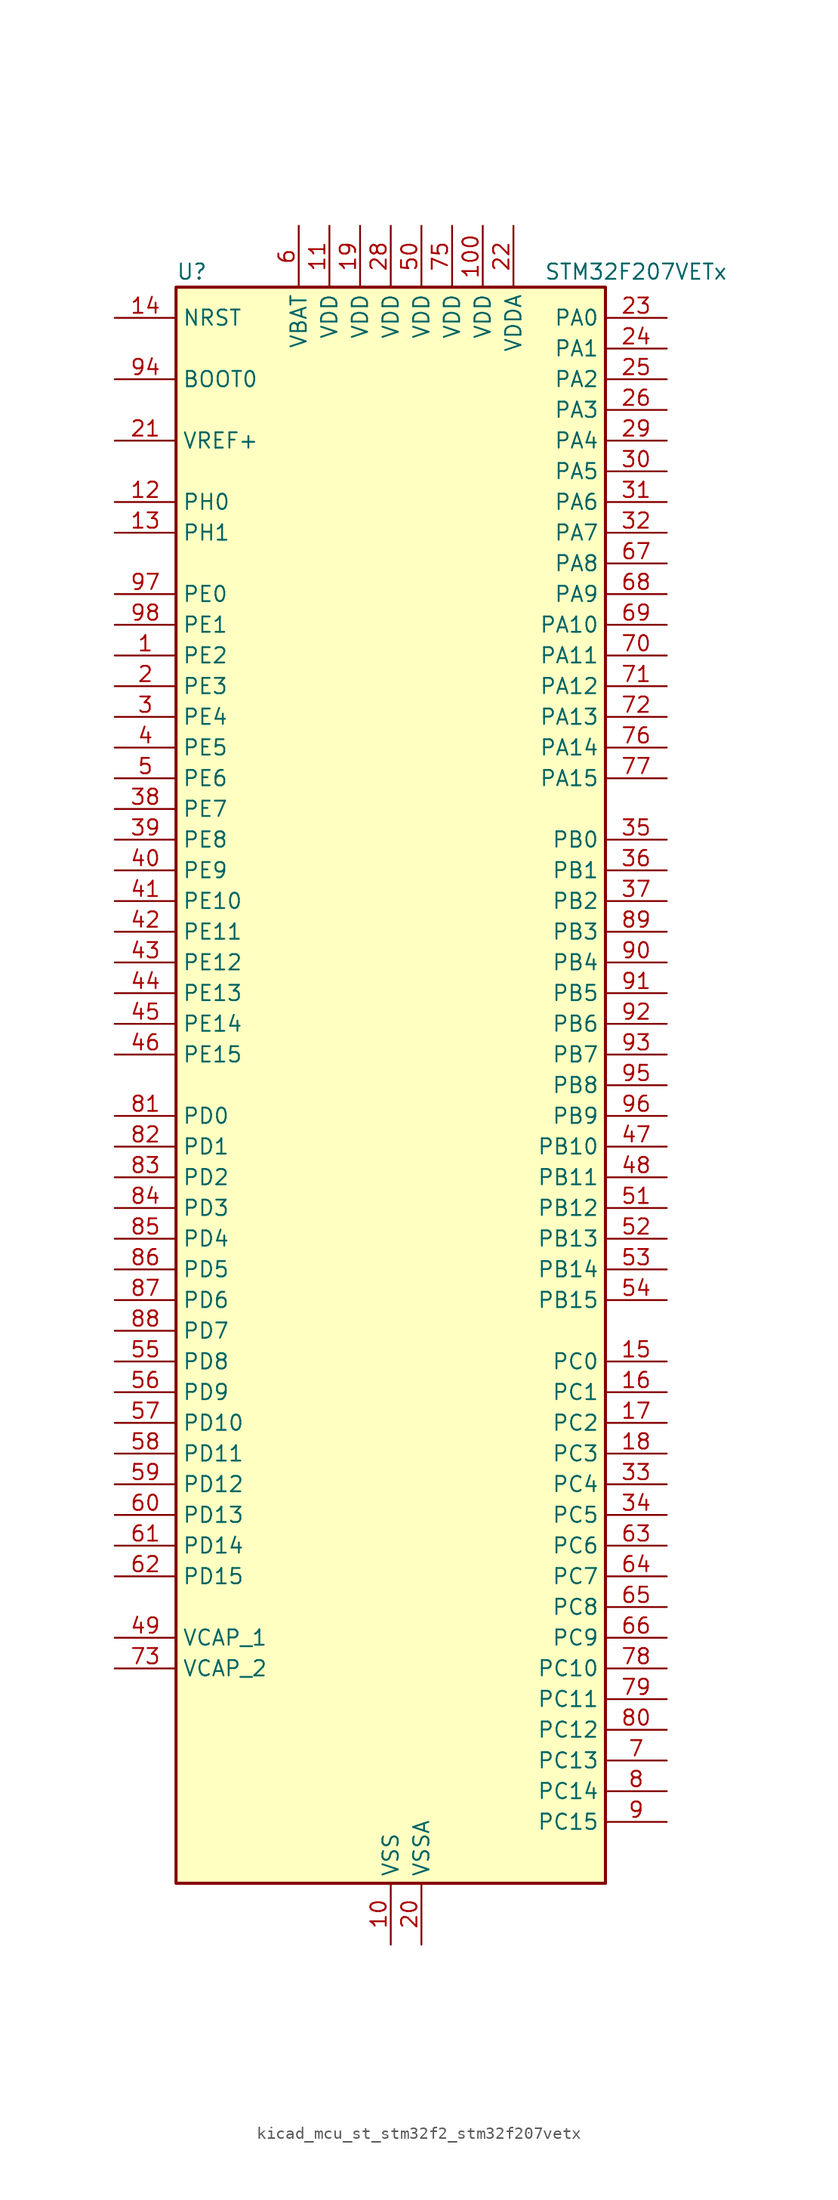
<source format=kicad_sym>
(kicad_symbol_lib
  (version 20220914)
  (generator kicad_symbol_editor)
  (symbol "kicad_mcu_st_stm32f2_stm32f207vetx"
    (property "Reference" "U"
      (at -17.78 67.31 0)
      (effects (font (size 1.27 1.27)) (justify left)))
    (property "Value" "STM32F207VETx"
      (at 12.7 67.31 0)
      (effects (font (size 1.27 1.27)) (justify left)))
    (property "ki_locked" ""
      (at 0 0 0)
      (effects (font (size 1.27 1.27))))
    (symbol "kicad_mcu_st_stm32f2_stm32f207vetx_0_1"
      (rectangle (start -17.78 -66.04) (end 17.78 66.04) (stroke (width 0.254) (type default)) (fill (type background))))
    (symbol "kicad_mcu_st_stm32f2_stm32f207vetx_1_1"
      (pin bidirectional line (at -22.86 35.56 0) (length 5.08) (name "PE2" (effects (font (size 1.27 1.27)))) (number "1" (effects (font (size 1.27 1.27)))) (alternate "ETH_TXD3" bidirectional line) (alternate "FSMC_A23" bidirectional line) (alternate "SYS_TRACECLK" bidirectional line))
      (pin power_in line (at 0 -71.12 90) (length 5.08) (name "VSS" (effects (font (size 1.27 1.27)))) (number "10" (effects (font (size 1.27 1.27)))))
      (pin power_in line (at 7.62 71.12 270) (length 5.08) (name "VDD" (effects (font (size 1.27 1.27)))) (number "100" (effects (font (size 1.27 1.27)))))
      (pin power_in line (at -5.08 71.12 270) (length 5.08) (name "VDD" (effects (font (size 1.27 1.27)))) (number "11" (effects (font (size 1.27 1.27)))))
      (pin bidirectional line (at -22.86 48.26 0) (length 5.08) (name "PH0" (effects (font (size 1.27 1.27)))) (number "12" (effects (font (size 1.27 1.27)))) (alternate "RCC_OSC_IN" bidirectional line))
      (pin bidirectional line (at -22.86 45.72 0) (length 5.08) (name "PH1" (effects (font (size 1.27 1.27)))) (number "13" (effects (font (size 1.27 1.27)))) (alternate "RCC_OSC_OUT" bidirectional line))
      (pin input line (at -22.86 63.5 0) (length 5.08) (name "NRST" (effects (font (size 1.27 1.27)))) (number "14" (effects (font (size 1.27 1.27)))))
      (pin bidirectional line (at 22.86 -22.86 180) (length 5.08) (name "PC0" (effects (font (size 1.27 1.27)))) (number "15" (effects (font (size 1.27 1.27)))) (alternate "ADC1_IN10" bidirectional line) (alternate "ADC2_IN10" bidirectional line) (alternate "ADC3_IN10" bidirectional line) (alternate "USB_OTG_HS_ULPI_STP" bidirectional line))
      (pin bidirectional line (at 22.86 -25.4 180) (length 5.08) (name "PC1" (effects (font (size 1.27 1.27)))) (number "16" (effects (font (size 1.27 1.27)))) (alternate "ADC1_IN11" bidirectional line) (alternate "ADC2_IN11" bidirectional line) (alternate "ADC3_IN11" bidirectional line) (alternate "ETH_MDC" bidirectional line))
      (pin bidirectional line (at 22.86 -27.94 180) (length 5.08) (name "PC2" (effects (font (size 1.27 1.27)))) (number "17" (effects (font (size 1.27 1.27)))) (alternate "ADC1_IN12" bidirectional line) (alternate "ADC2_IN12" bidirectional line) (alternate "ADC3_IN12" bidirectional line) (alternate "ETH_TXD2" bidirectional line) (alternate "SPI2_MISO" bidirectional line) (alternate "USB_OTG_HS_ULPI_DIR" bidirectional line))
      (pin bidirectional line (at 22.86 -30.48 180) (length 5.08) (name "PC3" (effects (font (size 1.27 1.27)))) (number "18" (effects (font (size 1.27 1.27)))) (alternate "ADC1_IN13" bidirectional line) (alternate "ADC2_IN13" bidirectional line) (alternate "ADC3_IN13" bidirectional line) (alternate "ETH_TX_CLK" bidirectional line) (alternate "I2S2_SD" bidirectional line) (alternate "SPI2_MOSI" bidirectional line) (alternate "USB_OTG_HS_ULPI_NXT" bidirectional line))
      (pin power_in line (at -2.54 71.12 270) (length 5.08) (name "VDD" (effects (font (size 1.27 1.27)))) (number "19" (effects (font (size 1.27 1.27)))))
      (pin bidirectional line (at -22.86 33.02 0) (length 5.08) (name "PE3" (effects (font (size 1.27 1.27)))) (number "2" (effects (font (size 1.27 1.27)))) (alternate "FSMC_A19" bidirectional line) (alternate "SYS_TRACED0" bidirectional line))
      (pin power_in line (at 2.54 -71.12 90) (length 5.08) (name "VSSA" (effects (font (size 1.27 1.27)))) (number "20" (effects (font (size 1.27 1.27)))))
      (pin input line (at -22.86 53.34 0) (length 5.08) (name "VREF+" (effects (font (size 1.27 1.27)))) (number "21" (effects (font (size 1.27 1.27)))))
      (pin power_in line (at 10.16 71.12 270) (length 5.08) (name "VDDA" (effects (font (size 1.27 1.27)))) (number "22" (effects (font (size 1.27 1.27)))))
      (pin bidirectional line (at 22.86 63.5 180) (length 5.08) (name "PA0" (effects (font (size 1.27 1.27)))) (number "23" (effects (font (size 1.27 1.27)))) (alternate "ADC1_IN0" bidirectional line) (alternate "ADC2_IN0" bidirectional line) (alternate "ADC3_IN0" bidirectional line) (alternate "ETH_CRS" bidirectional line) (alternate "SYS_WKUP" bidirectional line) (alternate "TIM2_CH1" bidirectional line) (alternate "TIM2_ETR" bidirectional line) (alternate "TIM5_CH1" bidirectional line) (alternate "TIM8_ETR" bidirectional line) (alternate "UART4_TX" bidirectional line) (alternate "USART2_CTS" bidirectional line))
      (pin bidirectional line (at 22.86 60.96 180) (length 5.08) (name "PA1" (effects (font (size 1.27 1.27)))) (number "24" (effects (font (size 1.27 1.27)))) (alternate "ADC1_IN1" bidirectional line) (alternate "ADC2_IN1" bidirectional line) (alternate "ADC3_IN1" bidirectional line) (alternate "ETH_REF_CLK" bidirectional line) (alternate "ETH_RX_CLK" bidirectional line) (alternate "TIM2_CH2" bidirectional line) (alternate "TIM5_CH2" bidirectional line) (alternate "UART4_RX" bidirectional line) (alternate "USART2_RTS" bidirectional line))
      (pin bidirectional line (at 22.86 58.42 180) (length 5.08) (name "PA2" (effects (font (size 1.27 1.27)))) (number "25" (effects (font (size 1.27 1.27)))) (alternate "ADC1_IN2" bidirectional line) (alternate "ADC2_IN2" bidirectional line) (alternate "ADC3_IN2" bidirectional line) (alternate "ETH_MDIO" bidirectional line) (alternate "TIM2_CH3" bidirectional line) (alternate "TIM5_CH3" bidirectional line) (alternate "TIM9_CH1" bidirectional line) (alternate "USART2_TX" bidirectional line))
      (pin bidirectional line (at 22.86 55.88 180) (length 5.08) (name "PA3" (effects (font (size 1.27 1.27)))) (number "26" (effects (font (size 1.27 1.27)))) (alternate "ADC1_IN3" bidirectional line) (alternate "ADC2_IN3" bidirectional line) (alternate "ADC3_IN3" bidirectional line) (alternate "ETH_COL" bidirectional line) (alternate "TIM2_CH4" bidirectional line) (alternate "TIM5_CH4" bidirectional line) (alternate "TIM9_CH2" bidirectional line) (alternate "USART2_RX" bidirectional line) (alternate "USB_OTG_HS_ULPI_D0" bidirectional line))
      (pin passive line (at 0 -71.12 90) (length 5.08) hide (name "VSS" (effects (font (size 1.27 1.27)))) (number "27" (effects (font (size 1.27 1.27)))))
      (pin power_in line (at 0 71.12 270) (length 5.08) (name "VDD" (effects (font (size 1.27 1.27)))) (number "28" (effects (font (size 1.27 1.27)))))
      (pin bidirectional line (at 22.86 53.34 180) (length 5.08) (name "PA4" (effects (font (size 1.27 1.27)))) (number "29" (effects (font (size 1.27 1.27)))) (alternate "ADC1_IN4" bidirectional line) (alternate "ADC2_IN4" bidirectional line) (alternate "DAC_OUT1" bidirectional line) (alternate "DCMI_HSYNC" bidirectional line) (alternate "I2S3_WS" bidirectional line) (alternate "SPI1_NSS" bidirectional line) (alternate "SPI3_NSS" bidirectional line) (alternate "USART2_CK" bidirectional line) (alternate "USB_OTG_HS_SOF" bidirectional line))
      (pin bidirectional line (at -22.86 30.48 0) (length 5.08) (name "PE4" (effects (font (size 1.27 1.27)))) (number "3" (effects (font (size 1.27 1.27)))) (alternate "DCMI_D4" bidirectional line) (alternate "FSMC_A20" bidirectional line) (alternate "SYS_TRACED1" bidirectional line))
      (pin bidirectional line (at 22.86 50.8 180) (length 5.08) (name "PA5" (effects (font (size 1.27 1.27)))) (number "30" (effects (font (size 1.27 1.27)))) (alternate "ADC1_IN5" bidirectional line) (alternate "ADC2_IN5" bidirectional line) (alternate "DAC_OUT2" bidirectional line) (alternate "SPI1_SCK" bidirectional line) (alternate "TIM2_CH1" bidirectional line) (alternate "TIM2_ETR" bidirectional line) (alternate "TIM8_CH1N" bidirectional line) (alternate "USB_OTG_HS_ULPI_CK" bidirectional line))
      (pin bidirectional line (at 22.86 48.26 180) (length 5.08) (name "PA6" (effects (font (size 1.27 1.27)))) (number "31" (effects (font (size 1.27 1.27)))) (alternate "ADC1_IN6" bidirectional line) (alternate "ADC2_IN6" bidirectional line) (alternate "DCMI_PIXCLK" bidirectional line) (alternate "SPI1_MISO" bidirectional line) (alternate "TIM13_CH1" bidirectional line) (alternate "TIM1_BKIN" bidirectional line) (alternate "TIM3_CH1" bidirectional line) (alternate "TIM8_BKIN" bidirectional line))
      (pin bidirectional line (at 22.86 45.72 180) (length 5.08) (name "PA7" (effects (font (size 1.27 1.27)))) (number "32" (effects (font (size 1.27 1.27)))) (alternate "ADC1_IN7" bidirectional line) (alternate "ADC2_IN7" bidirectional line) (alternate "ETH_CRS_DV" bidirectional line) (alternate "ETH_RX_DV" bidirectional line) (alternate "SPI1_MOSI" bidirectional line) (alternate "TIM14_CH1" bidirectional line) (alternate "TIM1_CH1N" bidirectional line) (alternate "TIM3_CH2" bidirectional line) (alternate "TIM8_CH1N" bidirectional line))
      (pin bidirectional line (at 22.86 -33.02 180) (length 5.08) (name "PC4" (effects (font (size 1.27 1.27)))) (number "33" (effects (font (size 1.27 1.27)))) (alternate "ADC1_IN14" bidirectional line) (alternate "ADC2_IN14" bidirectional line) (alternate "ETH_RXD0" bidirectional line))
      (pin bidirectional line (at 22.86 -35.56 180) (length 5.08) (name "PC5" (effects (font (size 1.27 1.27)))) (number "34" (effects (font (size 1.27 1.27)))) (alternate "ADC1_IN15" bidirectional line) (alternate "ADC2_IN15" bidirectional line) (alternate "ETH_RXD1" bidirectional line))
      (pin bidirectional line (at 22.86 20.32 180) (length 5.08) (name "PB0" (effects (font (size 1.27 1.27)))) (number "35" (effects (font (size 1.27 1.27)))) (alternate "ADC1_IN8" bidirectional line) (alternate "ADC2_IN8" bidirectional line) (alternate "ETH_RXD2" bidirectional line) (alternate "TIM1_CH2N" bidirectional line) (alternate "TIM3_CH3" bidirectional line) (alternate "TIM8_CH2N" bidirectional line) (alternate "USB_OTG_HS_ULPI_D1" bidirectional line))
      (pin bidirectional line (at 22.86 17.78 180) (length 5.08) (name "PB1" (effects (font (size 1.27 1.27)))) (number "36" (effects (font (size 1.27 1.27)))) (alternate "ADC1_IN9" bidirectional line) (alternate "ADC2_IN9" bidirectional line) (alternate "ETH_RXD3" bidirectional line) (alternate "TIM1_CH3N" bidirectional line) (alternate "TIM3_CH4" bidirectional line) (alternate "TIM8_CH3N" bidirectional line) (alternate "USB_OTG_HS_ULPI_D2" bidirectional line))
      (pin bidirectional line (at 22.86 15.24 180) (length 5.08) (name "PB2" (effects (font (size 1.27 1.27)))) (number "37" (effects (font (size 1.27 1.27)))))
      (pin bidirectional line (at -22.86 22.86 0) (length 5.08) (name "PE7" (effects (font (size 1.27 1.27)))) (number "38" (effects (font (size 1.27 1.27)))) (alternate "FSMC_D4" bidirectional line) (alternate "FSMC_DA4" bidirectional line) (alternate "TIM1_ETR" bidirectional line))
      (pin bidirectional line (at -22.86 20.32 0) (length 5.08) (name "PE8" (effects (font (size 1.27 1.27)))) (number "39" (effects (font (size 1.27 1.27)))) (alternate "FSMC_D5" bidirectional line) (alternate "FSMC_DA5" bidirectional line) (alternate "TIM1_CH1N" bidirectional line))
      (pin bidirectional line (at -22.86 27.94 0) (length 5.08) (name "PE5" (effects (font (size 1.27 1.27)))) (number "4" (effects (font (size 1.27 1.27)))) (alternate "DCMI_D6" bidirectional line) (alternate "FSMC_A21" bidirectional line) (alternate "SYS_TRACED2" bidirectional line) (alternate "TIM9_CH1" bidirectional line))
      (pin bidirectional line (at -22.86 17.78 0) (length 5.08) (name "PE9" (effects (font (size 1.27 1.27)))) (number "40" (effects (font (size 1.27 1.27)))) (alternate "DAC_EXTI9" bidirectional line) (alternate "FSMC_D6" bidirectional line) (alternate "FSMC_DA6" bidirectional line) (alternate "TIM1_CH1" bidirectional line))
      (pin bidirectional line (at -22.86 15.24 0) (length 5.08) (name "PE10" (effects (font (size 1.27 1.27)))) (number "41" (effects (font (size 1.27 1.27)))) (alternate "FSMC_D7" bidirectional line) (alternate "FSMC_DA7" bidirectional line) (alternate "TIM1_CH2N" bidirectional line))
      (pin bidirectional line (at -22.86 12.7 0) (length 5.08) (name "PE11" (effects (font (size 1.27 1.27)))) (number "42" (effects (font (size 1.27 1.27)))) (alternate "ADC1_EXTI11" bidirectional line) (alternate "ADC2_EXTI11" bidirectional line) (alternate "ADC3_EXTI11" bidirectional line) (alternate "FSMC_D8" bidirectional line) (alternate "FSMC_DA8" bidirectional line) (alternate "TIM1_CH2" bidirectional line))
      (pin bidirectional line (at -22.86 10.16 0) (length 5.08) (name "PE12" (effects (font (size 1.27 1.27)))) (number "43" (effects (font (size 1.27 1.27)))) (alternate "FSMC_D9" bidirectional line) (alternate "FSMC_DA9" bidirectional line) (alternate "TIM1_CH3N" bidirectional line))
      (pin bidirectional line (at -22.86 7.62 0) (length 5.08) (name "PE13" (effects (font (size 1.27 1.27)))) (number "44" (effects (font (size 1.27 1.27)))) (alternate "FSMC_D10" bidirectional line) (alternate "FSMC_DA10" bidirectional line) (alternate "TIM1_CH3" bidirectional line))
      (pin bidirectional line (at -22.86 5.08 0) (length 5.08) (name "PE14" (effects (font (size 1.27 1.27)))) (number "45" (effects (font (size 1.27 1.27)))) (alternate "FSMC_D11" bidirectional line) (alternate "FSMC_DA11" bidirectional line) (alternate "TIM1_CH4" bidirectional line))
      (pin bidirectional line (at -22.86 2.54 0) (length 5.08) (name "PE15" (effects (font (size 1.27 1.27)))) (number "46" (effects (font (size 1.27 1.27)))) (alternate "ADC1_EXTI15" bidirectional line) (alternate "ADC2_EXTI15" bidirectional line) (alternate "ADC3_EXTI15" bidirectional line) (alternate "FSMC_D12" bidirectional line) (alternate "FSMC_DA12" bidirectional line) (alternate "TIM1_BKIN" bidirectional line))
      (pin bidirectional line (at 22.86 -5.08 180) (length 5.08) (name "PB10" (effects (font (size 1.27 1.27)))) (number "47" (effects (font (size 1.27 1.27)))) (alternate "ETH_RX_ER" bidirectional line) (alternate "I2C2_SCL" bidirectional line) (alternate "I2S2_SCK" bidirectional line) (alternate "SPI2_SCK" bidirectional line) (alternate "TIM2_CH3" bidirectional line) (alternate "USART3_TX" bidirectional line) (alternate "USB_OTG_HS_ULPI_D3" bidirectional line))
      (pin bidirectional line (at 22.86 -7.62 180) (length 5.08) (name "PB11" (effects (font (size 1.27 1.27)))) (number "48" (effects (font (size 1.27 1.27)))) (alternate "ADC1_EXTI11" bidirectional line) (alternate "ADC2_EXTI11" bidirectional line) (alternate "ADC3_EXTI11" bidirectional line) (alternate "ETH_TX_EN" bidirectional line) (alternate "I2C2_SDA" bidirectional line) (alternate "TIM2_CH4" bidirectional line) (alternate "USART3_RX" bidirectional line) (alternate "USB_OTG_HS_ULPI_D4" bidirectional line))
      (pin power_out line (at -22.86 -45.72 0) (length 5.08) (name "VCAP_1" (effects (font (size 1.27 1.27)))) (number "49" (effects (font (size 1.27 1.27)))))
      (pin bidirectional line (at -22.86 25.4 0) (length 5.08) (name "PE6" (effects (font (size 1.27 1.27)))) (number "5" (effects (font (size 1.27 1.27)))) (alternate "DCMI_D7" bidirectional line) (alternate "FSMC_A22" bidirectional line) (alternate "SYS_TRACED3" bidirectional line) (alternate "TIM9_CH2" bidirectional line))
      (pin power_in line (at 2.54 71.12 270) (length 5.08) (name "VDD" (effects (font (size 1.27 1.27)))) (number "50" (effects (font (size 1.27 1.27)))))
      (pin bidirectional line (at 22.86 -10.16 180) (length 5.08) (name "PB12" (effects (font (size 1.27 1.27)))) (number "51" (effects (font (size 1.27 1.27)))) (alternate "CAN2_RX" bidirectional line) (alternate "ETH_TXD0" bidirectional line) (alternate "I2C2_SMBA" bidirectional line) (alternate "I2S2_WS" bidirectional line) (alternate "SPI2_NSS" bidirectional line) (alternate "TIM1_BKIN" bidirectional line) (alternate "USART3_CK" bidirectional line) (alternate "USB_OTG_HS_ID" bidirectional line) (alternate "USB_OTG_HS_ULPI_D5" bidirectional line))
      (pin bidirectional line (at 22.86 -12.7 180) (length 5.08) (name "PB13" (effects (font (size 1.27 1.27)))) (number "52" (effects (font (size 1.27 1.27)))) (alternate "CAN2_TX" bidirectional line) (alternate "ETH_TXD1" bidirectional line) (alternate "I2S2_SCK" bidirectional line) (alternate "SPI2_SCK" bidirectional line) (alternate "TIM1_CH1N" bidirectional line) (alternate "USART3_CTS" bidirectional line) (alternate "USB_OTG_HS_ULPI_D6" bidirectional line) (alternate "USB_OTG_HS_VBUS" bidirectional line))
      (pin bidirectional line (at 22.86 -15.24 180) (length 5.08) (name "PB14" (effects (font (size 1.27 1.27)))) (number "53" (effects (font (size 1.27 1.27)))) (alternate "SPI2_MISO" bidirectional line) (alternate "TIM12_CH1" bidirectional line) (alternate "TIM1_CH2N" bidirectional line) (alternate "TIM8_CH2N" bidirectional line) (alternate "USART3_RTS" bidirectional line) (alternate "USB_OTG_HS_DM" bidirectional line))
      (pin bidirectional line (at 22.86 -17.78 180) (length 5.08) (name "PB15" (effects (font (size 1.27 1.27)))) (number "54" (effects (font (size 1.27 1.27)))) (alternate "ADC1_EXTI15" bidirectional line) (alternate "ADC2_EXTI15" bidirectional line) (alternate "ADC3_EXTI15" bidirectional line) (alternate "I2S2_SD" bidirectional line) (alternate "RTC_REFIN" bidirectional line) (alternate "SPI2_MOSI" bidirectional line) (alternate "TIM12_CH2" bidirectional line) (alternate "TIM1_CH3N" bidirectional line) (alternate "TIM8_CH3N" bidirectional line) (alternate "USB_OTG_HS_DP" bidirectional line))
      (pin bidirectional line (at -22.86 -22.86 0) (length 5.08) (name "PD8" (effects (font (size 1.27 1.27)))) (number "55" (effects (font (size 1.27 1.27)))) (alternate "FSMC_D13" bidirectional line) (alternate "FSMC_DA13" bidirectional line) (alternate "USART3_TX" bidirectional line))
      (pin bidirectional line (at -22.86 -25.4 0) (length 5.08) (name "PD9" (effects (font (size 1.27 1.27)))) (number "56" (effects (font (size 1.27 1.27)))) (alternate "DAC_EXTI9" bidirectional line) (alternate "FSMC_D14" bidirectional line) (alternate "FSMC_DA14" bidirectional line) (alternate "USART3_RX" bidirectional line))
      (pin bidirectional line (at -22.86 -27.94 0) (length 5.08) (name "PD10" (effects (font (size 1.27 1.27)))) (number "57" (effects (font (size 1.27 1.27)))) (alternate "FSMC_D15" bidirectional line) (alternate "FSMC_DA15" bidirectional line) (alternate "USART3_CK" bidirectional line))
      (pin bidirectional line (at -22.86 -30.48 0) (length 5.08) (name "PD11" (effects (font (size 1.27 1.27)))) (number "58" (effects (font (size 1.27 1.27)))) (alternate "ADC1_EXTI11" bidirectional line) (alternate "ADC2_EXTI11" bidirectional line) (alternate "ADC3_EXTI11" bidirectional line) (alternate "FSMC_A16" bidirectional line) (alternate "FSMC_CLE" bidirectional line) (alternate "USART3_CTS" bidirectional line))
      (pin bidirectional line (at -22.86 -33.02 0) (length 5.08) (name "PD12" (effects (font (size 1.27 1.27)))) (number "59" (effects (font (size 1.27 1.27)))) (alternate "FSMC_A17" bidirectional line) (alternate "FSMC_ALE" bidirectional line) (alternate "TIM4_CH1" bidirectional line) (alternate "USART3_RTS" bidirectional line))
      (pin power_in line (at -7.62 71.12 270) (length 5.08) (name "VBAT" (effects (font (size 1.27 1.27)))) (number "6" (effects (font (size 1.27 1.27)))))
      (pin bidirectional line (at -22.86 -35.56 0) (length 5.08) (name "PD13" (effects (font (size 1.27 1.27)))) (number "60" (effects (font (size 1.27 1.27)))) (alternate "FSMC_A18" bidirectional line) (alternate "TIM4_CH2" bidirectional line))
      (pin bidirectional line (at -22.86 -38.1 0) (length 5.08) (name "PD14" (effects (font (size 1.27 1.27)))) (number "61" (effects (font (size 1.27 1.27)))) (alternate "FSMC_D0" bidirectional line) (alternate "FSMC_DA0" bidirectional line) (alternate "TIM4_CH3" bidirectional line))
      (pin bidirectional line (at -22.86 -40.64 0) (length 5.08) (name "PD15" (effects (font (size 1.27 1.27)))) (number "62" (effects (font (size 1.27 1.27)))) (alternate "ADC1_EXTI15" bidirectional line) (alternate "ADC2_EXTI15" bidirectional line) (alternate "ADC3_EXTI15" bidirectional line) (alternate "FSMC_D1" bidirectional line) (alternate "FSMC_DA1" bidirectional line) (alternate "TIM4_CH4" bidirectional line))
      (pin bidirectional line (at 22.86 -38.1 180) (length 5.08) (name "PC6" (effects (font (size 1.27 1.27)))) (number "63" (effects (font (size 1.27 1.27)))) (alternate "DCMI_D0" bidirectional line) (alternate "I2S2_MCK" bidirectional line) (alternate "SDIO_D6" bidirectional line) (alternate "TIM3_CH1" bidirectional line) (alternate "TIM8_CH1" bidirectional line) (alternate "USART6_TX" bidirectional line))
      (pin bidirectional line (at 22.86 -40.64 180) (length 5.08) (name "PC7" (effects (font (size 1.27 1.27)))) (number "64" (effects (font (size 1.27 1.27)))) (alternate "DCMI_D1" bidirectional line) (alternate "I2S3_MCK" bidirectional line) (alternate "SDIO_D7" bidirectional line) (alternate "TIM3_CH2" bidirectional line) (alternate "TIM8_CH2" bidirectional line) (alternate "USART6_RX" bidirectional line))
      (pin bidirectional line (at 22.86 -43.18 180) (length 5.08) (name "PC8" (effects (font (size 1.27 1.27)))) (number "65" (effects (font (size 1.27 1.27)))) (alternate "DCMI_D2" bidirectional line) (alternate "SDIO_D0" bidirectional line) (alternate "TIM3_CH3" bidirectional line) (alternate "TIM8_CH3" bidirectional line) (alternate "USART6_CK" bidirectional line))
      (pin bidirectional line (at 22.86 -45.72 180) (length 5.08) (name "PC9" (effects (font (size 1.27 1.27)))) (number "66" (effects (font (size 1.27 1.27)))) (alternate "DAC_EXTI9" bidirectional line) (alternate "DCMI_D3" bidirectional line) (alternate "I2C3_SDA" bidirectional line) (alternate "I2S_CKIN" bidirectional line) (alternate "RCC_MCO_2" bidirectional line) (alternate "SDIO_D1" bidirectional line) (alternate "TIM3_CH4" bidirectional line) (alternate "TIM8_CH4" bidirectional line))
      (pin bidirectional line (at 22.86 43.18 180) (length 5.08) (name "PA8" (effects (font (size 1.27 1.27)))) (number "67" (effects (font (size 1.27 1.27)))) (alternate "I2C3_SCL" bidirectional line) (alternate "RCC_MCO_1" bidirectional line) (alternate "TIM1_CH1" bidirectional line) (alternate "USART1_CK" bidirectional line) (alternate "USB_OTG_FS_SOF" bidirectional line))
      (pin bidirectional line (at 22.86 40.64 180) (length 5.08) (name "PA9" (effects (font (size 1.27 1.27)))) (number "68" (effects (font (size 1.27 1.27)))) (alternate "DAC_EXTI9" bidirectional line) (alternate "DCMI_D0" bidirectional line) (alternate "I2C3_SMBA" bidirectional line) (alternate "TIM1_CH2" bidirectional line) (alternate "USART1_TX" bidirectional line) (alternate "USB_OTG_FS_VBUS" bidirectional line))
      (pin bidirectional line (at 22.86 38.1 180) (length 5.08) (name "PA10" (effects (font (size 1.27 1.27)))) (number "69" (effects (font (size 1.27 1.27)))) (alternate "DCMI_D1" bidirectional line) (alternate "TIM1_CH3" bidirectional line) (alternate "USART1_RX" bidirectional line) (alternate "USB_OTG_FS_ID" bidirectional line))
      (pin bidirectional line (at 22.86 -55.88 180) (length 5.08) (name "PC13" (effects (font (size 1.27 1.27)))) (number "7" (effects (font (size 1.27 1.27)))) (alternate "RTC_AF1" bidirectional line))
      (pin bidirectional line (at 22.86 35.56 180) (length 5.08) (name "PA11" (effects (font (size 1.27 1.27)))) (number "70" (effects (font (size 1.27 1.27)))) (alternate "ADC1_EXTI11" bidirectional line) (alternate "ADC2_EXTI11" bidirectional line) (alternate "ADC3_EXTI11" bidirectional line) (alternate "CAN1_RX" bidirectional line) (alternate "TIM1_CH4" bidirectional line) (alternate "USART1_CTS" bidirectional line) (alternate "USB_OTG_FS_DM" bidirectional line))
      (pin bidirectional line (at 22.86 33.02 180) (length 5.08) (name "PA12" (effects (font (size 1.27 1.27)))) (number "71" (effects (font (size 1.27 1.27)))) (alternate "CAN1_TX" bidirectional line) (alternate "TIM1_ETR" bidirectional line) (alternate "USART1_RTS" bidirectional line) (alternate "USB_OTG_FS_DP" bidirectional line))
      (pin bidirectional line (at 22.86 30.48 180) (length 5.08) (name "PA13" (effects (font (size 1.27 1.27)))) (number "72" (effects (font (size 1.27 1.27)))) (alternate "SYS_JTMS-SWDIO" bidirectional line))
      (pin power_out line (at -22.86 -48.26 0) (length 5.08) (name "VCAP_2" (effects (font (size 1.27 1.27)))) (number "73" (effects (font (size 1.27 1.27)))))
      (pin passive line (at 0 -71.12 90) (length 5.08) hide (name "VSS" (effects (font (size 1.27 1.27)))) (number "74" (effects (font (size 1.27 1.27)))))
      (pin power_in line (at 5.08 71.12 270) (length 5.08) (name "VDD" (effects (font (size 1.27 1.27)))) (number "75" (effects (font (size 1.27 1.27)))))
      (pin bidirectional line (at 22.86 27.94 180) (length 5.08) (name "PA14" (effects (font (size 1.27 1.27)))) (number "76" (effects (font (size 1.27 1.27)))) (alternate "SYS_JTCK-SWCLK" bidirectional line))
      (pin bidirectional line (at 22.86 25.4 180) (length 5.08) (name "PA15" (effects (font (size 1.27 1.27)))) (number "77" (effects (font (size 1.27 1.27)))) (alternate "ADC1_EXTI15" bidirectional line) (alternate "ADC2_EXTI15" bidirectional line) (alternate "ADC3_EXTI15" bidirectional line) (alternate "I2S3_WS" bidirectional line) (alternate "SPI1_NSS" bidirectional line) (alternate "SPI3_NSS" bidirectional line) (alternate "SYS_JTDI" bidirectional line) (alternate "TIM2_CH1" bidirectional line) (alternate "TIM2_ETR" bidirectional line))
      (pin bidirectional line (at 22.86 -48.26 180) (length 5.08) (name "PC10" (effects (font (size 1.27 1.27)))) (number "78" (effects (font (size 1.27 1.27)))) (alternate "DCMI_D8" bidirectional line) (alternate "I2S3_SCK" bidirectional line) (alternate "SDIO_D2" bidirectional line) (alternate "SPI3_SCK" bidirectional line) (alternate "UART4_TX" bidirectional line) (alternate "USART3_TX" bidirectional line))
      (pin bidirectional line (at 22.86 -50.8 180) (length 5.08) (name "PC11" (effects (font (size 1.27 1.27)))) (number "79" (effects (font (size 1.27 1.27)))) (alternate "ADC1_EXTI11" bidirectional line) (alternate "ADC2_EXTI11" bidirectional line) (alternate "ADC3_EXTI11" bidirectional line) (alternate "DCMI_D4" bidirectional line) (alternate "SDIO_D3" bidirectional line) (alternate "SPI3_MISO" bidirectional line) (alternate "UART4_RX" bidirectional line) (alternate "USART3_RX" bidirectional line))
      (pin bidirectional line (at 22.86 -58.42 180) (length 5.08) (name "PC14" (effects (font (size 1.27 1.27)))) (number "8" (effects (font (size 1.27 1.27)))) (alternate "RCC_OSC32_IN" bidirectional line))
      (pin bidirectional line (at 22.86 -53.34 180) (length 5.08) (name "PC12" (effects (font (size 1.27 1.27)))) (number "80" (effects (font (size 1.27 1.27)))) (alternate "DCMI_D9" bidirectional line) (alternate "I2S3_SD" bidirectional line) (alternate "SDIO_CK" bidirectional line) (alternate "SPI3_MOSI" bidirectional line) (alternate "UART5_TX" bidirectional line) (alternate "USART3_CK" bidirectional line))
      (pin bidirectional line (at -22.86 -2.54 0) (length 5.08) (name "PD0" (effects (font (size 1.27 1.27)))) (number "81" (effects (font (size 1.27 1.27)))) (alternate "CAN1_RX" bidirectional line) (alternate "FSMC_D2" bidirectional line) (alternate "FSMC_DA2" bidirectional line))
      (pin bidirectional line (at -22.86 -5.08 0) (length 5.08) (name "PD1" (effects (font (size 1.27 1.27)))) (number "82" (effects (font (size 1.27 1.27)))) (alternate "CAN1_TX" bidirectional line) (alternate "FSMC_D3" bidirectional line) (alternate "FSMC_DA3" bidirectional line))
      (pin bidirectional line (at -22.86 -7.62 0) (length 5.08) (name "PD2" (effects (font (size 1.27 1.27)))) (number "83" (effects (font (size 1.27 1.27)))) (alternate "DCMI_D11" bidirectional line) (alternate "SDIO_CMD" bidirectional line) (alternate "TIM3_ETR" bidirectional line) (alternate "UART5_RX" bidirectional line))
      (pin bidirectional line (at -22.86 -10.16 0) (length 5.08) (name "PD3" (effects (font (size 1.27 1.27)))) (number "84" (effects (font (size 1.27 1.27)))) (alternate "FSMC_CLK" bidirectional line) (alternate "USART2_CTS" bidirectional line))
      (pin bidirectional line (at -22.86 -12.7 0) (length 5.08) (name "PD4" (effects (font (size 1.27 1.27)))) (number "85" (effects (font (size 1.27 1.27)))) (alternate "FSMC_NOE" bidirectional line) (alternate "USART2_RTS" bidirectional line))
      (pin bidirectional line (at -22.86 -15.24 0) (length 5.08) (name "PD5" (effects (font (size 1.27 1.27)))) (number "86" (effects (font (size 1.27 1.27)))) (alternate "FSMC_NWE" bidirectional line) (alternate "USART2_TX" bidirectional line))
      (pin bidirectional line (at -22.86 -17.78 0) (length 5.08) (name "PD6" (effects (font (size 1.27 1.27)))) (number "87" (effects (font (size 1.27 1.27)))) (alternate "FSMC_NWAIT" bidirectional line) (alternate "USART2_RX" bidirectional line))
      (pin bidirectional line (at -22.86 -20.32 0) (length 5.08) (name "PD7" (effects (font (size 1.27 1.27)))) (number "88" (effects (font (size 1.27 1.27)))) (alternate "FSMC_NCE2" bidirectional line) (alternate "FSMC_NE1" bidirectional line) (alternate "USART2_CK" bidirectional line))
      (pin bidirectional line (at 22.86 12.7 180) (length 5.08) (name "PB3" (effects (font (size 1.27 1.27)))) (number "89" (effects (font (size 1.27 1.27)))) (alternate "I2S3_SCK" bidirectional line) (alternate "SPI1_SCK" bidirectional line) (alternate "SPI3_SCK" bidirectional line) (alternate "SYS_JTDO-SWO" bidirectional line) (alternate "TIM2_CH2" bidirectional line))
      (pin bidirectional line (at 22.86 -60.96 180) (length 5.08) (name "PC15" (effects (font (size 1.27 1.27)))) (number "9" (effects (font (size 1.27 1.27)))) (alternate "ADC1_EXTI15" bidirectional line) (alternate "ADC2_EXTI15" bidirectional line) (alternate "ADC3_EXTI15" bidirectional line) (alternate "RCC_OSC32_OUT" bidirectional line))
      (pin bidirectional line (at 22.86 10.16 180) (length 5.08) (name "PB4" (effects (font (size 1.27 1.27)))) (number "90" (effects (font (size 1.27 1.27)))) (alternate "SPI1_MISO" bidirectional line) (alternate "SPI3_MISO" bidirectional line) (alternate "SYS_JTRST" bidirectional line) (alternate "TIM3_CH1" bidirectional line))
      (pin bidirectional line (at 22.86 7.62 180) (length 5.08) (name "PB5" (effects (font (size 1.27 1.27)))) (number "91" (effects (font (size 1.27 1.27)))) (alternate "CAN2_RX" bidirectional line) (alternate "DCMI_D10" bidirectional line) (alternate "ETH_PPS_OUT" bidirectional line) (alternate "I2C1_SMBA" bidirectional line) (alternate "I2S3_SD" bidirectional line) (alternate "SPI1_MOSI" bidirectional line) (alternate "SPI3_MOSI" bidirectional line) (alternate "TIM3_CH2" bidirectional line) (alternate "USB_OTG_HS_ULPI_D7" bidirectional line))
      (pin bidirectional line (at 22.86 5.08 180) (length 5.08) (name "PB6" (effects (font (size 1.27 1.27)))) (number "92" (effects (font (size 1.27 1.27)))) (alternate "CAN2_TX" bidirectional line) (alternate "DCMI_D5" bidirectional line) (alternate "I2C1_SCL" bidirectional line) (alternate "TIM4_CH1" bidirectional line) (alternate "USART1_TX" bidirectional line))
      (pin bidirectional line (at 22.86 2.54 180) (length 5.08) (name "PB7" (effects (font (size 1.27 1.27)))) (number "93" (effects (font (size 1.27 1.27)))) (alternate "DCMI_VSYNC" bidirectional line) (alternate "FSMC_NL" bidirectional line) (alternate "I2C1_SDA" bidirectional line) (alternate "TIM4_CH2" bidirectional line) (alternate "USART1_RX" bidirectional line))
      (pin input line (at -22.86 58.42 0) (length 5.08) (name "BOOT0" (effects (font (size 1.27 1.27)))) (number "94" (effects (font (size 1.27 1.27)))))
      (pin bidirectional line (at 22.86 0 180) (length 5.08) (name "PB8" (effects (font (size 1.27 1.27)))) (number "95" (effects (font (size 1.27 1.27)))) (alternate "CAN1_RX" bidirectional line) (alternate "DCMI_D6" bidirectional line) (alternate "ETH_TXD3" bidirectional line) (alternate "I2C1_SCL" bidirectional line) (alternate "SDIO_D4" bidirectional line) (alternate "TIM10_CH1" bidirectional line) (alternate "TIM4_CH3" bidirectional line))
      (pin bidirectional line (at 22.86 -2.54 180) (length 5.08) (name "PB9" (effects (font (size 1.27 1.27)))) (number "96" (effects (font (size 1.27 1.27)))) (alternate "CAN1_TX" bidirectional line) (alternate "DAC_EXTI9" bidirectional line) (alternate "DCMI_D7" bidirectional line) (alternate "I2C1_SDA" bidirectional line) (alternate "I2S2_WS" bidirectional line) (alternate "SDIO_D5" bidirectional line) (alternate "SPI2_NSS" bidirectional line) (alternate "TIM11_CH1" bidirectional line) (alternate "TIM4_CH4" bidirectional line))
      (pin bidirectional line (at -22.86 40.64 0) (length 5.08) (name "PE0" (effects (font (size 1.27 1.27)))) (number "97" (effects (font (size 1.27 1.27)))) (alternate "DCMI_D2" bidirectional line) (alternate "FSMC_NBL0" bidirectional line) (alternate "TIM4_ETR" bidirectional line))
      (pin bidirectional line (at -22.86 38.1 0) (length 5.08) (name "PE1" (effects (font (size 1.27 1.27)))) (number "98" (effects (font (size 1.27 1.27)))) (alternate "DCMI_D3" bidirectional line) (alternate "FSMC_NBL1" bidirectional line))
      (pin no_connect line (at -17.78 -66.04 0) (length 5.08) hide (name "RFU" (effects (font (size 1.27 1.27)))) (number "99" (effects (font (size 1.27 1.27))))))))
</source>
